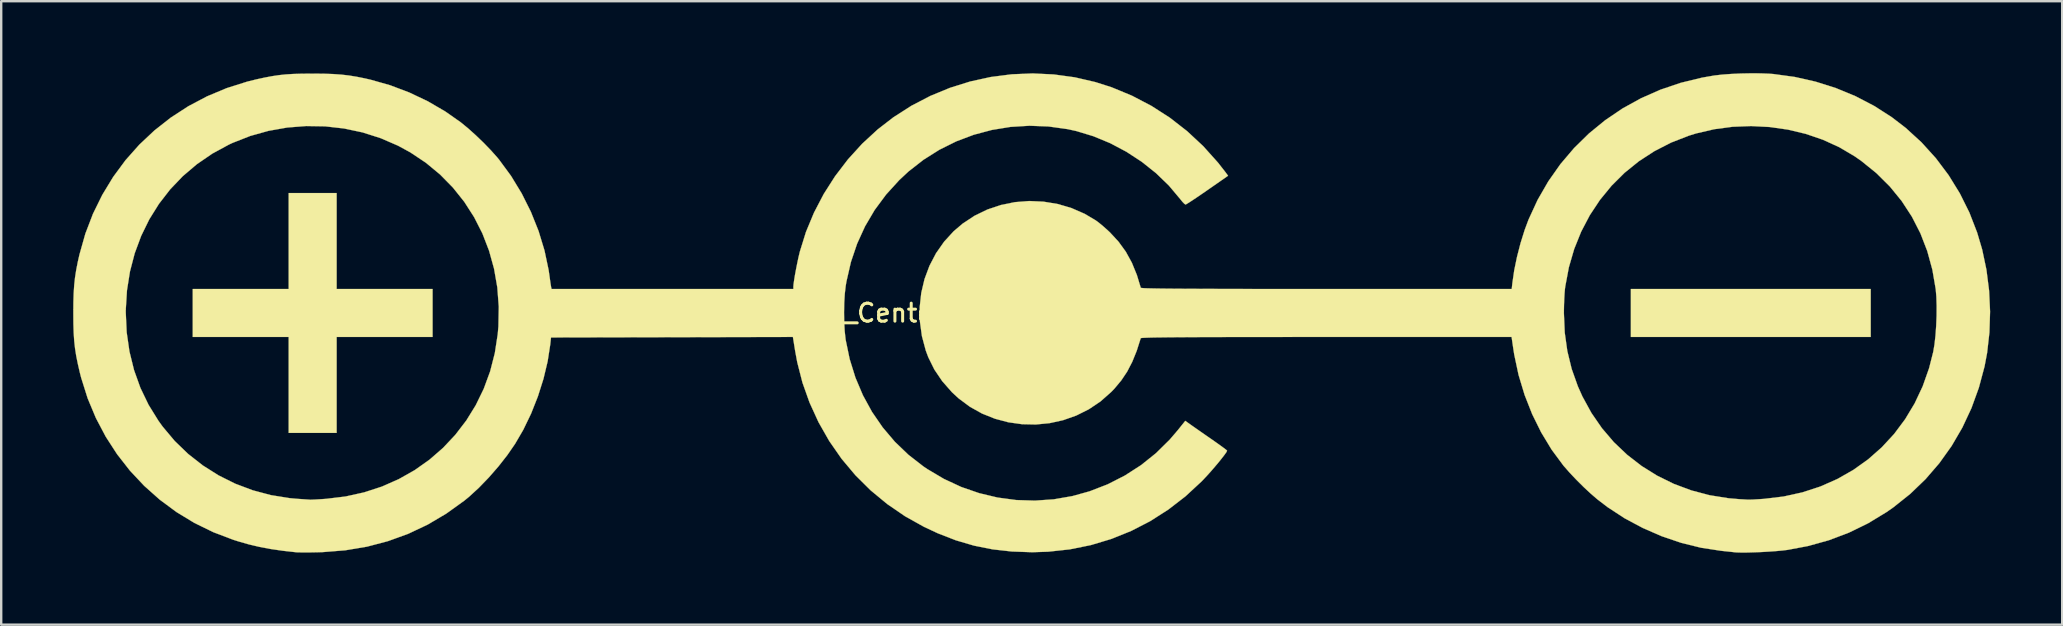
<source format=kicad_pcb>
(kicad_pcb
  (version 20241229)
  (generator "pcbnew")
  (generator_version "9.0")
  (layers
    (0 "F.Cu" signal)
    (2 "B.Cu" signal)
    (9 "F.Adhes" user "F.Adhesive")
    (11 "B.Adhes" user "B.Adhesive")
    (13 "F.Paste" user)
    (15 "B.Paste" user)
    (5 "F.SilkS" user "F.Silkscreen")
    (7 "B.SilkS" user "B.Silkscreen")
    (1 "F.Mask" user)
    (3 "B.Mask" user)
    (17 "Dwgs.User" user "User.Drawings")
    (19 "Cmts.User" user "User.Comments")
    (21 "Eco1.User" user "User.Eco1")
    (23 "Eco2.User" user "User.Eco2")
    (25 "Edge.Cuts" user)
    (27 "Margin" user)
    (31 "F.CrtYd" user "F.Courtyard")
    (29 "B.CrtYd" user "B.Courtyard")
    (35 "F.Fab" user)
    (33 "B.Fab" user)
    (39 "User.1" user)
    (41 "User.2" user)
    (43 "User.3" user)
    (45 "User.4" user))
  (footprint "Polarity_Center_Negative_20mm_SilkScreen"
    (layer "F.Cu")
    (at 39.915 9.99)
    (property "Reference" "Polarity_Center_Negative_20mm_SilkScreen" (at 0 0 0) (layer "F.SilkS") (effects (font (size 0.75 0.75) (thickness 0.125))))
    (attr exclude_from_pos_files exclude_from_bom allow_missing_courtyard)
    (fp_poly (pts (xy 34.977 0.999) (xy 24.984 0.999) (xy 24.984 -0.999) (xy 34.977 -0.999) (xy 34.977 0.999)) (stroke (width 0.01) (type solid)) (fill yes) (layer "F.SilkS"))
    (fp_poly (pts (xy -28.939 -0.999) (xy -24.942 -0.999) (xy -24.942 0.999) (xy -28.939 0.999) (xy -28.939 4.997) (xy -30.938 4.997) (xy -30.938 0.999) (xy -34.935 0.999) (xy -34.935 -0.999) (xy -30.938 -0.999) (xy -30.938 -4.997) (xy -28.939 -4.997) (xy -28.939 -0.999)) (stroke (width 0.01) (type solid)) (fill yes) (layer "F.SilkS"))
    (fp_poly (pts (xy 30.382 -9.983) (xy 30.744 -9.969) (xy 30.92 -9.956) (xy 31.808 -9.835) (xy 32.68 -9.638) (xy 33.527 -9.37) (xy 34.344 -9.032) (xy 35.121 -8.627) (xy 35.852 -8.159) (xy 36.434 -7.712) (xy 37.094 -7.108) (xy 37.691 -6.449) (xy 38.224 -5.74) (xy 38.69 -4.984) (xy 39.087 -4.187) (xy 39.411 -3.352) (xy 39.621 -2.644) (xy 39.799 -1.8) (xy 39.909 -0.933) (xy 39.95 -0.058) (xy 39.923 0.811) (xy 39.827 1.66) (xy 39.721 2.223) (xy 39.483 3.113) (xy 39.174 3.964) (xy 38.795 4.774) (xy 38.349 5.539) (xy 37.837 6.256) (xy 37.262 6.923) (xy 36.626 7.535) (xy 35.931 8.09) (xy 35.638 8.295) (xy 34.87 8.761) (xy 34.069 9.152) (xy 33.232 9.469) (xy 32.358 9.711) (xy 31.509 9.871) (xy 31.296 9.897) (xy 31.032 9.921) (xy 30.736 9.942) (xy 30.425 9.96) (xy 30.117 9.972) (xy 29.83 9.98) (xy 29.581 9.981) (xy 29.387 9.976) (xy 29.314 9.97) (xy 29.211 9.958) (xy 29.05 9.941) (xy 28.858 9.921) (xy 28.731 9.907) (xy 27.908 9.781) (xy 27.084 9.578) (xy 26.271 9.302) (xy 25.481 8.959) (xy 24.724 8.554) (xy 24.015 8.091) (xy 23.589 7.765) (xy 23.317 7.531) (xy 23.019 7.254) (xy 22.718 6.955) (xy 22.437 6.658) (xy 22.196 6.384) (xy 22.168 6.35) (xy 21.682 5.693) (xy 21.249 4.978) (xy 20.872 4.215) (xy 20.556 3.413) (xy 20.305 2.582) (xy 20.124 1.732) (xy 20.089 1.509) (xy 20.014 0.999) (xy 12.296 0.999) (xy 11.32 0.999) (xy 10.425 1) (xy 9.608 1) (xy 8.864 1.001) (xy 8.192 1.002) (xy 7.588 1.004) (xy 7.049 1.005) (xy 6.572 1.007) (xy 6.155 1.01) (xy 5.793 1.012) (xy 5.485 1.016) (xy 5.227 1.019) (xy 5.016 1.023) (xy 4.849 1.028) (xy 4.724 1.033) (xy 4.636 1.038) (xy 4.584 1.044) (xy 4.563 1.051) (xy 4.563 1.051) (xy 4.395 1.578) (xy 4.209 2.036) (xy 3.998 2.442) (xy 3.752 2.81) (xy 3.464 3.155) (xy 3.333 3.291) (xy 2.885 3.687) (xy 2.397 4.014) (xy 1.876 4.274) (xy 1.33 4.466) (xy 0.767 4.59) (xy 0.193 4.646) (xy -0.382 4.634) (xy -0.953 4.554) (xy -1.51 4.406) (xy -2.047 4.191) (xy -2.556 3.907) (xy -3.029 3.555) (xy -3.303 3.301) (xy -3.707 2.842) (xy -4.034 2.359) (xy -4.289 1.843) (xy -4.393 1.565) (xy -4.554 0.964) (xy -4.637 0.358) (xy -4.642 0.014) (xy 22.194 0.014) (xy 22.229 0.82) (xy 22.337 1.589) (xy 22.518 2.331) (xy 22.775 3.054) (xy 22.964 3.477) (xy 23.34 4.164) (xy 23.779 4.801) (xy 24.277 5.384) (xy 24.831 5.91) (xy 25.435 6.377) (xy 26.085 6.782) (xy 26.776 7.121) (xy 27.505 7.393) (xy 28.267 7.594) (xy 29.058 7.72) (xy 29.522 7.759) (xy 29.672 7.767) (xy 29.804 7.775) (xy 29.855 7.778) (xy 29.935 7.778) (xy 30.078 7.773) (xy 30.266 7.762) (xy 30.481 7.748) (xy 30.529 7.745) (xy 31.346 7.647) (xy 32.131 7.474) (xy 32.879 7.23) (xy 33.587 6.917) (xy 34.252 6.539) (xy 34.87 6.098) (xy 35.438 5.597) (xy 35.953 5.04) (xy 36.41 4.428) (xy 36.808 3.766) (xy 37.142 3.056) (xy 37.409 2.301) (xy 37.581 1.624) (xy 37.634 1.311) (xy 37.676 0.939) (xy 37.705 0.531) (xy 37.722 0.11) (xy 37.724 -0.301) (xy 37.712 -0.679) (xy 37.686 -0.988) (xy 37.546 -1.803) (xy 37.333 -2.581) (xy 37.048 -3.318) (xy 36.692 -4.014) (xy 36.267 -4.665) (xy 35.773 -5.271) (xy 35.213 -5.827) (xy 34.587 -6.333) (xy 34.311 -6.526) (xy 33.674 -6.903) (xy 32.993 -7.215) (xy 32.276 -7.461) (xy 31.531 -7.639) (xy 30.768 -7.748) (xy 29.995 -7.788) (xy 29.221 -7.758) (xy 28.454 -7.656) (xy 27.702 -7.481) (xy 27.399 -7.387) (xy 26.659 -7.099) (xy 25.964 -6.742) (xy 25.317 -6.322) (xy 24.722 -5.841) (xy 24.181 -5.303) (xy 23.697 -4.713) (xy 23.274 -4.075) (xy 22.915 -3.391) (xy 22.623 -2.667) (xy 22.401 -1.905) (xy 22.252 -1.111) (xy 22.237 -1) (xy 22.222 -0.829) (xy 22.209 -0.601) (xy 22.199 -0.341) (xy 22.194 -0.075) (xy 22.194 0.014) (xy -4.642 0.014) (xy -4.646 -0.245) (xy -4.581 -0.838) (xy -4.445 -1.414) (xy -4.239 -1.966) (xy -3.967 -2.487) (xy -3.63 -2.969) (xy -3.231 -3.405) (xy -2.86 -3.721) (xy -2.36 -4.051) (xy -1.824 -4.311) (xy -1.26 -4.5) (xy -0.678 -4.618) (xy -0.084 -4.664) (xy 0.511 -4.638) (xy 1.101 -4.541) (xy 1.676 -4.372) (xy 2.228 -4.131) (xy 2.686 -3.86) (xy 2.823 -3.758) (xy 2.993 -3.617) (xy 3.171 -3.46) (xy 3.279 -3.359) (xy 3.639 -2.969) (xy 3.942 -2.552) (xy 4.194 -2.093) (xy 4.403 -1.581) (xy 4.564 -1.051) (xy 4.581 -1.045) (xy 4.629 -1.039) (xy 4.712 -1.033) (xy 4.833 -1.028) (xy 4.994 -1.024) (xy 5.2 -1.02) (xy 5.452 -1.016) (xy 5.754 -1.013) (xy 6.108 -1.01) (xy 6.519 -1.008) (xy 6.988 -1.006) (xy 7.519 -1.004) (xy 8.115 -1.002) (xy 8.779 -1.001) (xy 9.513 -1) (xy 10.322 -1) (xy 11.207 -0.999) (xy 12.172 -0.999) (xy 12.299 -0.999) (xy 20.02 -0.999) (xy 20.049 -1.26) (xy 20.125 -1.782) (xy 20.241 -2.342) (xy 20.388 -2.911) (xy 20.559 -3.458) (xy 20.72 -3.889) (xy 21.098 -4.71) (xy 21.543 -5.482) (xy 22.05 -6.203) (xy 22.617 -6.87) (xy 23.239 -7.48) (xy 23.913 -8.031) (xy 24.636 -8.521) (xy 25.405 -8.945) (xy 26.216 -9.303) (xy 27.065 -9.59) (xy 27.949 -9.805) (xy 28.455 -9.893) (xy 28.774 -9.93) (xy 29.151 -9.958) (xy 29.561 -9.977) (xy 29.98 -9.985) (xy 30.382 -9.983)) (stroke (width 0.01) (type solid)) (fill yes) (layer "F.SilkS"))
    (fp_poly (pts (xy 0.941 -9.938) (xy 1.813 -9.819) (xy 2.673 -9.62) (xy 3.352 -9.403) (xy 4.199 -9.052) (xy 5.008 -8.629) (xy 5.775 -8.136) (xy 6.494 -7.577) (xy 7.164 -6.953) (xy 7.778 -6.269) (xy 8.092 -5.868) (xy 8.202 -5.718) (xy 7.34 -5.118) (xy 7.102 -4.954) (xy 6.886 -4.807) (xy 6.701 -4.684) (xy 6.556 -4.59) (xy 6.462 -4.533) (xy 6.429 -4.518) (xy 6.381 -4.549) (xy 6.302 -4.63) (xy 6.211 -4.743) (xy 5.738 -5.306) (xy 5.2 -5.826) (xy 4.606 -6.299) (xy 3.968 -6.716) (xy 3.294 -7.073) (xy 2.595 -7.363) (xy 1.88 -7.58) (xy 1.516 -7.66) (xy 0.719 -7.771) (xy -0.076 -7.801) (xy -0.863 -7.753) (xy -1.637 -7.627) (xy -2.392 -7.426) (xy -3.122 -7.151) (xy -3.821 -6.804) (xy -4.485 -6.386) (xy -5.107 -5.901) (xy -5.497 -5.538) (xy -6.046 -4.935) (xy -6.522 -4.293) (xy -6.924 -3.61) (xy -7.254 -2.887) (xy -7.512 -2.124) (xy -7.697 -1.319) (xy -7.73 -1.124) (xy -7.767 -0.803) (xy -7.79 -0.428) (xy -7.798 -0.024) (xy -7.792 0.38) (xy -7.771 0.76) (xy -7.735 1.087) (xy -7.731 1.119) (xy -7.564 1.922) (xy -7.324 2.693) (xy -7.013 3.427) (xy -6.634 4.12) (xy -6.189 4.767) (xy -5.682 5.365) (xy -5.115 5.909) (xy -4.49 6.395) (xy -4.33 6.503) (xy -3.636 6.914) (xy -2.913 7.25) (xy -2.166 7.508) (xy -1.402 7.69) (xy -0.626 7.794) (xy 0.156 7.818) (xy 0.939 7.764) (xy 1.717 7.629) (xy 2.433 7.43) (xy 3.187 7.138) (xy 3.902 6.773) (xy 4.574 6.341) (xy 5.197 5.842) (xy 5.767 5.281) (xy 6.109 4.881) (xy 6.419 4.494) (xy 6.613 4.633) (xy 6.709 4.701) (xy 6.859 4.806) (xy 7.048 4.938) (xy 7.262 5.087) (xy 7.485 5.241) (xy 7.692 5.386) (xy 7.873 5.515) (xy 8.019 5.622) (xy 8.118 5.697) (xy 8.16 5.734) (xy 8.161 5.736) (xy 8.135 5.793) (xy 8.061 5.899) (xy 7.95 6.044) (xy 7.811 6.217) (xy 7.653 6.405) (xy 7.486 6.599) (xy 7.318 6.785) (xy 7.16 6.954) (xy 7.101 7.015) (xy 6.426 7.64) (xy 5.709 8.193) (xy 4.954 8.675) (xy 4.163 9.082) (xy 3.34 9.414) (xy 2.488 9.67) (xy 1.609 9.848) (xy 0.709 9.946) (xy 0.042 9.968) (xy -0.807 9.938) (xy -1.61 9.848) (xy -2.382 9.694) (xy -3.138 9.472) (xy -3.892 9.179) (xy -4.466 8.911) (xy -5.256 8.47) (xy -5.998 7.962) (xy -6.689 7.391) (xy -7.325 6.76) (xy -7.901 6.074) (xy -8.415 5.335) (xy -8.862 4.55) (xy -9.236 3.732) (xy -9.531 2.902) (xy -9.749 2.05) (xy -9.836 1.58) (xy -9.929 0.999) (xy -14.969 1.01) (xy -20.008 1.02) (xy -20.039 1.312) (xy -20.148 2.017) (xy -20.322 2.745) (xy -20.554 3.476) (xy -20.836 4.189) (xy -21.162 4.865) (xy -21.506 5.455) (xy -21.829 5.923) (xy -22.2 6.396) (xy -22.6 6.855) (xy -23.014 7.283) (xy -23.425 7.66) (xy -23.622 7.821) (xy -24.368 8.357) (xy -25.146 8.817) (xy -25.957 9.2) (xy -26.8 9.506) (xy -27.674 9.736) (xy -28.58 9.888) (xy -29.518 9.963) (xy -29.71 9.969) (xy -29.964 9.974) (xy -30.201 9.976) (xy -30.404 9.975) (xy -30.554 9.973) (xy -30.626 9.969) (xy -31.19 9.906) (xy -31.693 9.833) (xy -32.153 9.746) (xy -32.594 9.642) (xy -33.035 9.516) (xy -33.249 9.448) (xy -34.078 9.133) (xy -34.867 8.747) (xy -35.613 8.294) (xy -36.311 7.777) (xy -36.958 7.201) (xy -37.551 6.569) (xy -38.086 5.885) (xy -38.56 5.153) (xy -38.97 4.376) (xy -39.312 3.559) (xy -39.582 2.704) (xy -39.637 2.49) (xy -39.722 2.121) (xy -39.789 1.791) (xy -39.838 1.478) (xy -39.873 1.162) (xy -39.895 0.824) (xy -39.907 0.444) (xy -39.91 0) (xy -39.91 -0.021) (xy -37.725 -0.021) (xy -37.687 0.806) (xy -37.571 1.608) (xy -37.38 2.381) (xy -37.115 3.121) (xy -36.776 3.825) (xy -36.365 4.49) (xy -36.19 4.733) (xy -35.686 5.333) (xy -35.126 5.873) (xy -34.515 6.352) (xy -33.859 6.766) (xy -33.164 7.113) (xy -32.434 7.388) (xy -31.676 7.59) (xy -30.895 7.715) (xy -30.584 7.743) (xy -30.389 7.756) (xy -30.219 7.768) (xy -30.095 7.776) (xy -30.043 7.78) (xy -29.972 7.779) (xy -29.836 7.773) (xy -29.653 7.762) (xy -29.44 7.748) (xy -29.379 7.744) (xy -28.569 7.646) (xy -27.792 7.474) (xy -27.05 7.232) (xy -26.347 6.921) (xy -25.687 6.548) (xy -25.072 6.113) (xy -24.507 5.622) (xy -23.995 5.077) (xy -23.539 4.483) (xy -23.143 3.842) (xy -22.81 3.158) (xy -22.544 2.434) (xy -22.349 1.674) (xy -22.227 0.881) (xy -22.199 0.562) (xy -22.184 -0.263) (xy -22.245 -1.067) (xy -22.381 -1.846) (xy -22.589 -2.596) (xy -22.866 -3.313) (xy -23.211 -3.993) (xy -23.621 -4.632) (xy -24.095 -5.225) (xy -24.629 -5.769) (xy -25.221 -6.259) (xy -25.869 -6.691) (xy -26.379 -6.969) (xy -27.104 -7.283) (xy -27.857 -7.523) (xy -28.631 -7.687) (xy -29.417 -7.776) (xy -30.209 -7.789) (xy -30.998 -7.727) (xy -31.777 -7.589) (xy -32.539 -7.376) (xy -33.275 -7.087) (xy -33.427 -7.016) (xy -34.121 -6.639) (xy -34.762 -6.199) (xy -35.348 -5.701) (xy -35.875 -5.15) (xy -36.341 -4.549) (xy -36.745 -3.902) (xy -37.082 -3.214) (xy -37.352 -2.488) (xy -37.55 -1.73) (xy -37.675 -0.942) (xy -37.725 -0.13) (xy -37.725 -0.021) (xy -39.91 -0.021) (xy -39.907 -0.443) (xy -39.895 -0.824) (xy -39.873 -1.162) (xy -39.839 -1.477) (xy -39.79 -1.791) (xy -39.725 -2.123) (xy -39.654 -2.436) (xy -39.409 -3.303) (xy -39.091 -4.133) (xy -38.703 -4.922) (xy -38.25 -5.668) (xy -37.735 -6.366) (xy -37.16 -7.013) (xy -36.53 -7.605) (xy -35.848 -8.141) (xy -35.117 -8.615) (xy -34.341 -9.025) (xy -33.524 -9.367) (xy -32.667 -9.638) (xy -32.27 -9.736) (xy -31.928 -9.81) (xy -31.626 -9.867) (xy -31.342 -9.909) (xy -31.059 -9.939) (xy -30.756 -9.958) (xy -30.413 -9.968) (xy -30.011 -9.972) (xy -29.918 -9.972) (xy -29.472 -9.968) (xy -29.088 -9.955) (xy -28.746 -9.931) (xy -28.424 -9.894) (xy -28.103 -9.842) (xy -27.761 -9.773) (xy -27.526 -9.719) (xy -26.713 -9.489) (xy -25.912 -9.186) (xy -25.139 -8.819) (xy -24.407 -8.392) (xy -23.77 -7.945) (xy -23.467 -7.697) (xy -23.141 -7.404) (xy -22.813 -7.089) (xy -22.506 -6.771) (xy -22.24 -6.472) (xy -22.174 -6.392) (xy -21.673 -5.711) (xy -21.229 -4.981) (xy -20.845 -4.212) (xy -20.526 -3.415) (xy -20.279 -2.604) (xy -20.107 -1.789) (xy -20.071 -1.541) (xy -20.047 -1.366) (xy -20.025 -1.214) (xy -20.008 -1.111) (xy -20.005 -1.093) (xy -19.985 -0.999) (xy -9.91 -0.999) (xy -9.91 -1.098) (xy -9.901 -1.206) (xy -9.877 -1.376) (xy -9.842 -1.59) (xy -9.797 -1.83) (xy -9.748 -2.077) (xy -9.698 -2.313) (xy -9.649 -2.519) (xy -9.64 -2.556) (xy -9.384 -3.379) (xy -9.05 -4.181) (xy -8.645 -4.957) (xy -8.171 -5.699) (xy -7.636 -6.399) (xy -7.043 -7.051) (xy -6.397 -7.647) (xy -5.744 -8.152) (xy -4.991 -8.634) (xy -4.202 -9.044) (xy -3.384 -9.381) (xy -2.543 -9.644) (xy -1.684 -9.832) (xy -0.813 -9.944) (xy 0.064 -9.98) (xy 0.941 -9.938)) (stroke (width 0.01) (type solid)) (fill yes) (layer "F.SilkS")))
  (gr_rect
    (start -3 -3)
    (end 82.87 22.977)
    (stroke (width 0.1) (type default))
    (fill no)
    (layer "Edge.Cuts")))
</source>
